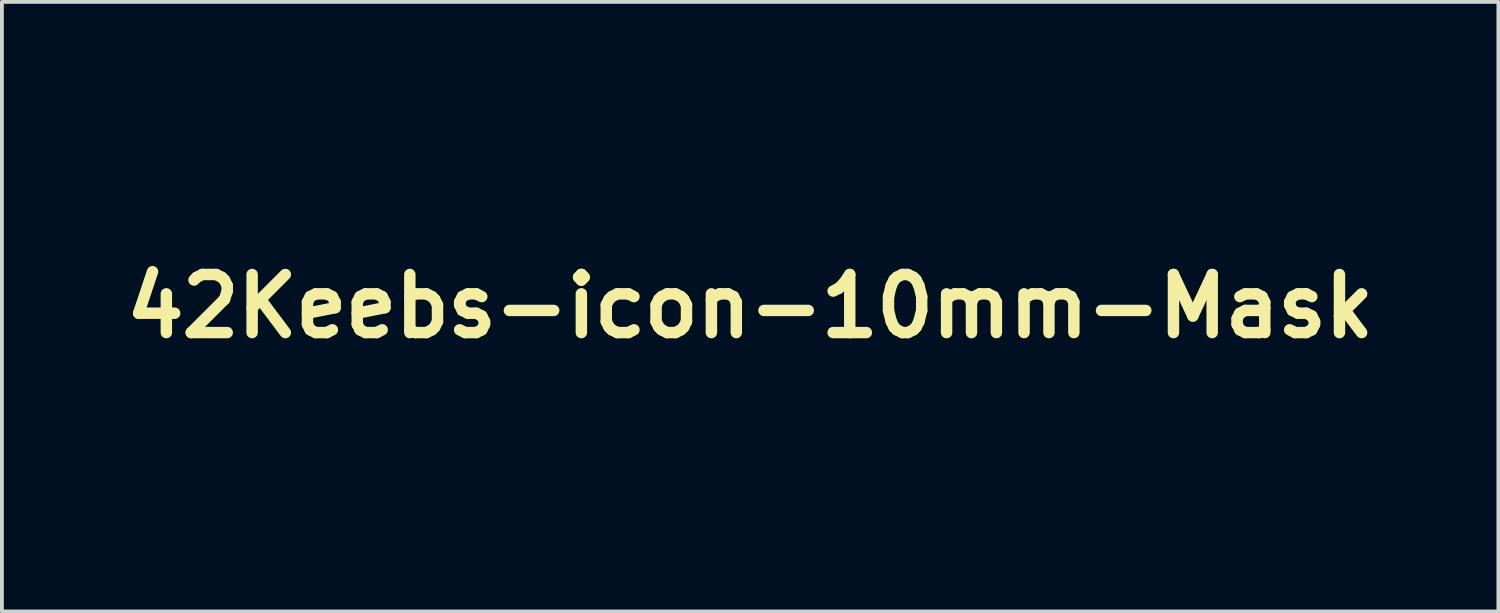
<source format=kicad_pcb>
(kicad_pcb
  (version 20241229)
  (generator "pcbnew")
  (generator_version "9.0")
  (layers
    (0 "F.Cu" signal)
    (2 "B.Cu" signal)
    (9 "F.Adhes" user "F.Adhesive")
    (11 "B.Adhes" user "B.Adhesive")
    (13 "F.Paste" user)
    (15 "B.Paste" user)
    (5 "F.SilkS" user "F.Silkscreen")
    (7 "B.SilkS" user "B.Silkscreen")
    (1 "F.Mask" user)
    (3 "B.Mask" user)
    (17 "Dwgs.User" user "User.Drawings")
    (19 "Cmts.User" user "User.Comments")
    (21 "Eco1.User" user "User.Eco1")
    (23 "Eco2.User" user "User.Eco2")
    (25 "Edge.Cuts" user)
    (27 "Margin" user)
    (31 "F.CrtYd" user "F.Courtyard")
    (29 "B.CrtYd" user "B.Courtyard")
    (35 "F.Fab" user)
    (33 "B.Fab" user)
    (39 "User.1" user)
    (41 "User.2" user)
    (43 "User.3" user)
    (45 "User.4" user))
  (footprint "42Keebs-icon-10mm-Mask"
    (layer "F.Cu")
    (at 16.626 4.984)
    (property "Reference" "42Keebs-icon-10mm-Mask" (at 0 0 0) (layer "F.SilkS") (effects (font (size 1.524 1.524) (thickness 0.3))))
    (attr board_only exclude_from_pos_files exclude_from_bom)
    (fp_poly (pts (xy 3.92 0.618) (xy 4.048 0.647) (xy 4.157 0.702) (xy 4.245 0.781) (xy 4.279 0.827) (xy 4.323 0.908) (xy 4.35 0.989) (xy 4.364 1.083) (xy 4.367 1.18) (xy 4.352 1.325) (xy 4.311 1.455) (xy 4.245 1.566) (xy 4.156 1.655) (xy 4.053 1.716) (xy 3.974 1.74) (xy 3.876 1.756) (xy 3.771 1.762) (xy 3.672 1.758) (xy 3.592 1.744) (xy 3.588 1.742) (xy 3.473 1.692) (xy 3.384 1.622) (xy 3.318 1.53) (xy 3.275 1.425) (xy 3.246 1.275) (xy 3.25 1.118) (xy 3.262 1.049) (xy 3.305 0.918) (xy 3.375 0.808) (xy 3.468 0.721) (xy 3.582 0.659) (xy 3.717 0.623) (xy 3.776 0.616)) (stroke (width 0) (type solid)) (fill yes) (layer "F.Mask"))
    (fp_poly (pts (xy -0.775 -1.846) (xy -0.778 -1.823) (xy -0.786 -1.77) (xy -0.796 -1.688) (xy -0.811 -1.581) (xy -0.827 -1.452) (xy -0.847 -1.305) (xy -0.868 -1.14) (xy -0.891 -0.963) (xy -0.916 -0.775) (xy -0.926 -0.696) (xy -0.951 -0.504) (xy -0.975 -0.321) (xy -0.997 -0.15) (xy -1.018 0.007) (xy -1.036 0.146) (xy -1.052 0.264) (xy -1.065 0.359) (xy -1.074 0.426) (xy -1.08 0.465) (xy -1.081 0.471) (xy -1.09 0.526) (xy -0.543 0.526) (xy -0.515 0.584) (xy -0.506 0.605) (xy -0.501 0.627) (xy -0.499 0.655) (xy -0.502 0.694) (xy -0.509 0.749) (xy -0.522 0.825) (xy -0.54 0.926) (xy -0.551 0.987) (xy -0.57 1.093) (xy -0.588 1.189) (xy -0.603 1.269) (xy -0.615 1.328) (xy -0.622 1.361) (xy -0.623 1.364) (xy -0.628 1.376) (xy -0.64 1.384) (xy -0.664 1.389) (xy -0.704 1.392) (xy -0.766 1.392) (xy -0.855 1.391) (xy -0.906 1.39) (xy -1.18 1.384) (xy -1.211 1.817) (xy -1.221 1.962) (xy -1.229 2.078) (xy -1.239 2.167) (xy -1.254 2.233) (xy -1.276 2.28) (xy -1.309 2.311) (xy -1.356 2.331) (xy -1.42 2.342) (xy -1.503 2.349) (xy -1.61 2.355) (xy -1.669 2.358) (xy -1.779 2.365) (xy -1.884 2.371) (xy -1.976 2.378) (xy -2.049 2.383) (xy -2.095 2.387) (xy -2.097 2.388) (xy -2.149 2.392) (xy -2.179 2.387) (xy -2.197 2.37) (xy -2.206 2.354) (xy -2.213 2.337) (xy -2.216 2.315) (xy -2.216 2.282) (xy -2.213 2.235) (xy -2.205 2.17) (xy -2.193 2.083) (xy -2.176 1.97) (xy -2.159 1.855) (xy -2.14 1.735) (xy -2.123 1.625) (xy -2.109 1.531) (xy -2.098 1.457) (xy -2.091 1.407) (xy -2.088 1.385) (xy -2.088 1.385) (xy -2.105 1.382) (xy -2.153 1.38) (xy -2.23 1.378) (xy -2.335 1.377) (xy -2.464 1.377) (xy -2.615 1.377) (xy -2.785 1.378) (xy -2.962 1.38) (xy -3.835 1.389) (xy -3.861 1.349) (xy -3.87 1.333) (xy -3.875 1.313) (xy -3.877 1.283) (xy -3.875 1.238) (xy -3.87 1.175) (xy -3.86 1.089) (xy -3.846 0.974) (xy -3.844 0.958) (xy -3.8 0.606) (xy -3.72 0.505) (xy -2.806 0.505) (xy -2.805 0.512) (xy -2.788 0.517) (xy -2.751 0.521) (xy -2.692 0.524) (xy -2.608 0.525) (xy -2.495 0.526) (xy -2.388 0.526) (xy -2.27 0.526) (xy -2.165 0.525) (xy -2.076 0.522) (xy -2.008 0.52) (xy -1.965 0.517) (xy -1.952 0.514) (xy -1.95 0.494) (xy -1.944 0.445) (xy -1.935 0.371) (xy -1.923 0.275) (xy -1.909 0.162) (xy -1.894 0.037) (xy -1.885 -0.034) (xy -1.864 -0.196) (xy -1.848 -0.328) (xy -1.836 -0.432) (xy -1.827 -0.512) (xy -1.822 -0.571) (xy -1.82 -0.612) (xy -1.821 -0.639) (xy -1.824 -0.654) (xy -1.831 -0.661) (xy -1.839 -0.662) (xy -1.84 -0.662) (xy -1.854 -0.649) (xy -1.886 -0.614) (xy -1.935 -0.557) (xy -1.997 -0.484) (xy -2.071 -0.397) (xy -2.152 -0.299) (xy -2.24 -0.194) (xy -2.331 -0.084) (xy -2.422 0.027) (xy -2.512 0.137) (xy -2.597 0.242) (xy -2.675 0.339) (xy -2.743 0.424) (xy -2.799 0.496) (xy -2.806 0.505) (xy -3.72 0.505) (xy -2.799 -0.639) (xy -1.797 -1.885) (xy -0.769 -1.885)) (stroke (width 0) (type solid)) (fill yes) (layer "F.Mask"))
    (fp_poly (pts (xy 1.807 -1.923) (xy 1.943 -1.911) (xy 2.063 -1.889) (xy 2.176 -1.854) (xy 2.291 -1.805) (xy 2.321 -1.791) (xy 2.461 -1.712) (xy 2.572 -1.626) (xy 2.66 -1.528) (xy 2.729 -1.413) (xy 2.758 -1.352) (xy 2.777 -1.302) (xy 2.788 -1.253) (xy 2.795 -1.194) (xy 2.798 -1.112) (xy 2.799 -1.105) (xy 2.8 -1.014) (xy 2.798 -0.946) (xy 2.789 -0.889) (xy 2.773 -0.832) (xy 2.768 -0.815) (xy 2.738 -0.736) (xy 2.703 -0.657) (xy 2.659 -0.577) (xy 2.605 -0.493) (xy 2.539 -0.402) (xy 2.458 -0.302) (xy 2.362 -0.191) (xy 2.248 -0.065) (xy 2.114 0.076) (xy 1.958 0.237) (xy 1.847 0.349) (xy 1.741 0.456) (xy 1.644 0.556) (xy 1.556 0.645) (xy 1.482 0.722) (xy 1.423 0.784) (xy 1.381 0.828) (xy 1.36 0.851) (xy 1.358 0.854) (xy 1.374 0.86) (xy 1.42 0.863) (xy 1.491 0.866) (xy 1.581 0.867) (xy 1.688 0.867) (xy 1.806 0.866) (xy 1.93 0.864) (xy 2.057 0.861) (xy 2.181 0.857) (xy 2.298 0.853) (xy 2.404 0.847) (xy 2.494 0.841) (xy 2.527 0.838) (xy 2.633 0.828) (xy 2.711 0.821) (xy 2.765 0.818) (xy 2.801 0.819) (xy 2.824 0.823) (xy 2.84 0.83) (xy 2.853 0.842) (xy 2.855 0.844) (xy 2.889 0.878) (xy 2.769 1.315) (xy 2.737 1.432) (xy 2.708 1.537) (xy 2.684 1.626) (xy 2.665 1.696) (xy 2.653 1.742) (xy 2.649 1.759) (xy 2.634 1.763) (xy 2.61 1.763) (xy 2.582 1.762) (xy 2.526 1.758) (xy 2.448 1.753) (xy 2.352 1.747) (xy 2.245 1.741) (xy 2.216 1.739) (xy 2.088 1.732) (xy 1.927 1.727) (xy 1.734 1.723) (xy 1.509 1.72) (xy 1.253 1.718) (xy 0.966 1.718) (xy 0.852 1.718) (xy 0.616 1.718) (xy 0.409 1.718) (xy 0.233 1.717) (xy 0.087 1.715) (xy -0.026 1.712) (xy -0.108 1.71) (xy -0.157 1.706) (xy -0.172 1.703) (xy -0.176 1.679) (xy -0.175 1.623) (xy -0.167 1.534) (xy -0.153 1.412) (xy -0.145 1.351) (xy -0.13 1.237) (xy -0.118 1.152) (xy -0.107 1.09) (xy -0.098 1.047) (xy -0.087 1.018) (xy -0.075 0.998) (xy -0.06 0.981) (xy -0.046 0.969) (xy -0.021 0.947) (xy 0.027 0.906) (xy 0.094 0.848) (xy 0.177 0.777) (xy 0.271 0.695) (xy 0.375 0.606) (xy 0.467 0.526) (xy 0.666 0.354) (xy 0.841 0.202) (xy 0.993 0.067) (xy 1.124 -0.05) (xy 1.236 -0.153) (xy 1.33 -0.243) (xy 1.408 -0.321) (xy 1.473 -0.389) (xy 1.524 -0.45) (xy 1.565 -0.504) (xy 1.597 -0.553) (xy 1.622 -0.599) (xy 1.626 -0.607) (xy 1.662 -0.713) (xy 1.667 -0.804) (xy 1.643 -0.879) (xy 1.59 -0.937) (xy 1.508 -0.976) (xy 1.399 -0.997) (xy 1.385 -0.998) (xy 1.257 -0.993) (xy 1.112 -0.965) (xy 0.955 -0.915) (xy 0.792 -0.846) (xy 0.628 -0.759) (xy 0.504 -0.681) (xy 0.414 -0.626) (xy 0.344 -0.597) (xy 0.296 -0.595) (xy 0.269 -0.619) (xy 0.264 -0.632) (xy 0.261 -0.66) (xy 0.255 -0.716) (xy 0.247 -0.795) (xy 0.237 -0.892) (xy 0.227 -1.001) (xy 0.222 -1.061) (xy 0.188 -1.452) (xy 0.225 -1.481) (xy 0.267 -1.509) (xy 0.334 -1.545) (xy 0.42 -1.589) (xy 0.517 -1.636) (xy 0.62 -1.683) (xy 0.721 -1.728) (xy 0.815 -1.767) (xy 0.895 -1.798) (xy 0.918 -1.806) (xy 1.084 -1.857) (xy 1.234 -1.892) (xy 1.381 -1.914) (xy 1.537 -1.924) (xy 1.647 -1.926)) (stroke (width 0) (type solid)) (fill yes) (layer "F.Mask"))
    (fp_poly (pts (xy 0.261 -4.981) (xy 0.417 -4.974) (xy 0.556 -4.965) (xy 0.668 -4.952) (xy 0.671 -4.952) (xy 0.982 -4.899) (xy 1.27 -4.833) (xy 1.545 -4.752) (xy 1.816 -4.653) (xy 2.093 -4.533) (xy 2.233 -4.466) (xy 2.528 -4.309) (xy 2.799 -4.142) (xy 3.055 -3.958) (xy 3.302 -3.751) (xy 3.542 -3.525) (xy 3.78 -3.272) (xy 3.991 -3.016) (xy 4.179 -2.752) (xy 4.351 -2.469) (xy 4.45 -2.285) (xy 4.624 -1.914) (xy 4.765 -1.541) (xy 4.873 -1.164) (xy 4.948 -0.78) (xy 4.993 -0.386) (xy 5.006 0.019) (xy 5.003 0.161) (xy 4.977 0.56) (xy 4.922 0.945) (xy 4.836 1.32) (xy 4.719 1.688) (xy 4.571 2.053) (xy 4.453 2.297) (xy 4.278 2.612) (xy 4.085 2.906) (xy 3.867 3.186) (xy 3.622 3.459) (xy 3.541 3.541) (xy 3.288 3.78) (xy 3.032 3.991) (xy 2.767 4.18) (xy 2.484 4.351) (xy 2.233 4.483) (xy 1.954 4.612) (xy 1.688 4.72) (xy 1.423 4.807) (xy 1.151 4.879) (xy 0.861 4.937) (xy 0.722 4.96) (xy 0.637 4.97) (xy 0.526 4.98) (xy 0.397 4.988) (xy 0.256 4.995) (xy 0.11 5) (xy -0.033 5.004) (xy -0.165 5.005) (xy -0.28 5.004) (xy -0.371 5) (xy -0.391 4.998) (xy -0.806 4.944) (xy -1.21 4.859) (xy -1.603 4.742) (xy -1.982 4.596) (xy -2.346 4.42) (xy -2.694 4.215) (xy -3.025 3.983) (xy -3.337 3.723) (xy -3.628 3.438) (xy -3.899 3.127) (xy -4.146 2.792) (xy -4.174 2.751) (xy -4.247 2.634) (xy -4.326 2.496) (xy -4.408 2.345) (xy -4.488 2.19) (xy -4.561 2.038) (xy -4.624 1.897) (xy -4.672 1.776) (xy -4.673 1.774) (xy -4.771 1.482) (xy -4.85 1.198) (xy -4.912 0.909) (xy -4.952 0.671) (xy -4.963 0.574) (xy -4.971 0.452) (xy -4.978 0.31) (xy -4.982 0.156) (xy -4.983 0.043) (xy -4.712 0.043) (xy -4.709 0.24) (xy -4.699 0.426) (xy -4.685 0.593) (xy -4.672 0.688) (xy -4.594 1.091) (xy -4.485 1.478) (xy -4.346 1.85) (xy -4.177 2.208) (xy -3.976 2.553) (xy -3.744 2.886) (xy -3.741 2.891) (xy -3.688 2.956) (xy -3.617 3.038) (xy -3.534 3.131) (xy -3.443 3.227) (xy -3.352 3.322) (xy -3.328 3.346) (xy -3.125 3.541) (xy -2.929 3.711) (xy -2.732 3.862) (xy -2.526 4) (xy -2.302 4.13) (xy -2.063 4.253) (xy -1.696 4.415) (xy -1.317 4.544) (xy -0.929 4.642) (xy -0.533 4.707) (xy -0.348 4.726) (xy -0.258 4.731) (xy -0.142 4.732) (xy -0.008 4.731) (xy 0.137 4.727) (xy 0.283 4.721) (xy 0.424 4.713) (xy 0.552 4.703) (xy 0.658 4.692) (xy 0.696 4.687) (xy 1.08 4.614) (xy 1.45 4.511) (xy 1.81 4.377) (xy 2.08 4.254) (xy 2.319 4.13) (xy 2.535 4.005) (xy 2.734 3.873) (xy 2.924 3.729) (xy 3.114 3.566) (xy 3.31 3.381) (xy 3.346 3.345) (xy 3.541 3.143) (xy 3.711 2.947) (xy 3.862 2.75) (xy 3.999 2.543) (xy 4.13 2.32) (xy 4.254 2.08) (xy 4.403 1.746) (xy 4.524 1.408) (xy 4.619 1.058) (xy 4.689 0.69) (xy 4.689 0.688) (xy 4.708 0.538) (xy 4.72 0.363) (xy 4.728 0.172) (xy 4.729 -0.026) (xy 4.726 -0.222) (xy 4.716 -0.409) (xy 4.702 -0.576) (xy 4.689 -0.671) (xy 4.619 -1.04) (xy 4.524 -1.39) (xy 4.404 -1.728) (xy 4.254 -2.063) (xy 4.117 -2.326) (xy 3.975 -2.565) (xy 3.823 -2.786) (xy 3.655 -2.998) (xy 3.465 -3.211) (xy 3.396 -3.283) (xy 3.101 -3.563) (xy 2.789 -3.813) (xy 2.462 -4.033) (xy 2.117 -4.224) (xy 1.757 -4.385) (xy 1.38 -4.516) (xy 0.988 -4.617) (xy 0.688 -4.672) (xy 0.537 -4.691) (xy 0.363 -4.703) (xy 0.172 -4.711) (xy -0.026 -4.712) (xy -0.223 -4.709) (xy -0.409 -4.699) (xy -0.576 -4.685) (xy -0.671 -4.672) (xy -1.076 -4.593) (xy -1.464 -4.484) (xy -1.836 -4.346) (xy -2.192 -4.178) (xy -2.531 -3.98) (xy -2.854 -3.752) (xy -3.161 -3.494) (xy -3.283 -3.379) (xy -3.563 -3.083) (xy -3.814 -2.772) (xy -4.034 -2.444) (xy -4.224 -2.101) (xy -4.385 -1.741) (xy -4.516 -1.365) (xy -4.617 -0.972) (xy -4.672 -0.671) (xy -4.691 -0.521) (xy -4.703 -0.346) (xy -4.711 -0.155) (xy -4.712 0.043) (xy -4.983 0.043) (xy -4.984 -0.003) (xy -4.983 -0.159) (xy -4.98 -0.307) (xy -4.974 -0.439) (xy -4.966 -0.548) (xy -4.96 -0.594) (xy -4.906 -0.926) (xy -4.838 -1.234) (xy -4.753 -1.527) (xy -4.649 -1.813) (xy -4.523 -2.101) (xy -4.463 -2.224) (xy -4.264 -2.586) (xy -4.038 -2.928) (xy -3.786 -3.248) (xy -3.51 -3.544) (xy -3.211 -3.818) (xy -2.888 -4.066) (xy -2.544 -4.289) (xy -2.224 -4.463) (xy -1.912 -4.607) (xy -1.604 -4.726) (xy -1.291 -4.822) (xy -0.964 -4.899) (xy -0.654 -4.952) (xy -0.542 -4.965) (xy -0.404 -4.974) (xy -0.247 -4.98) (xy -0.079 -4.984) (xy 0.092 -4.984)) (stroke (width 0) (type solid)) (fill yes) (layer "F.Mask")))
  (gr_rect
    (start -3 -3)
    (end 36.252 12.988)
    (stroke (width 0.1) (type default))
    (fill no)
    (layer "Edge.Cuts")))
</source>
